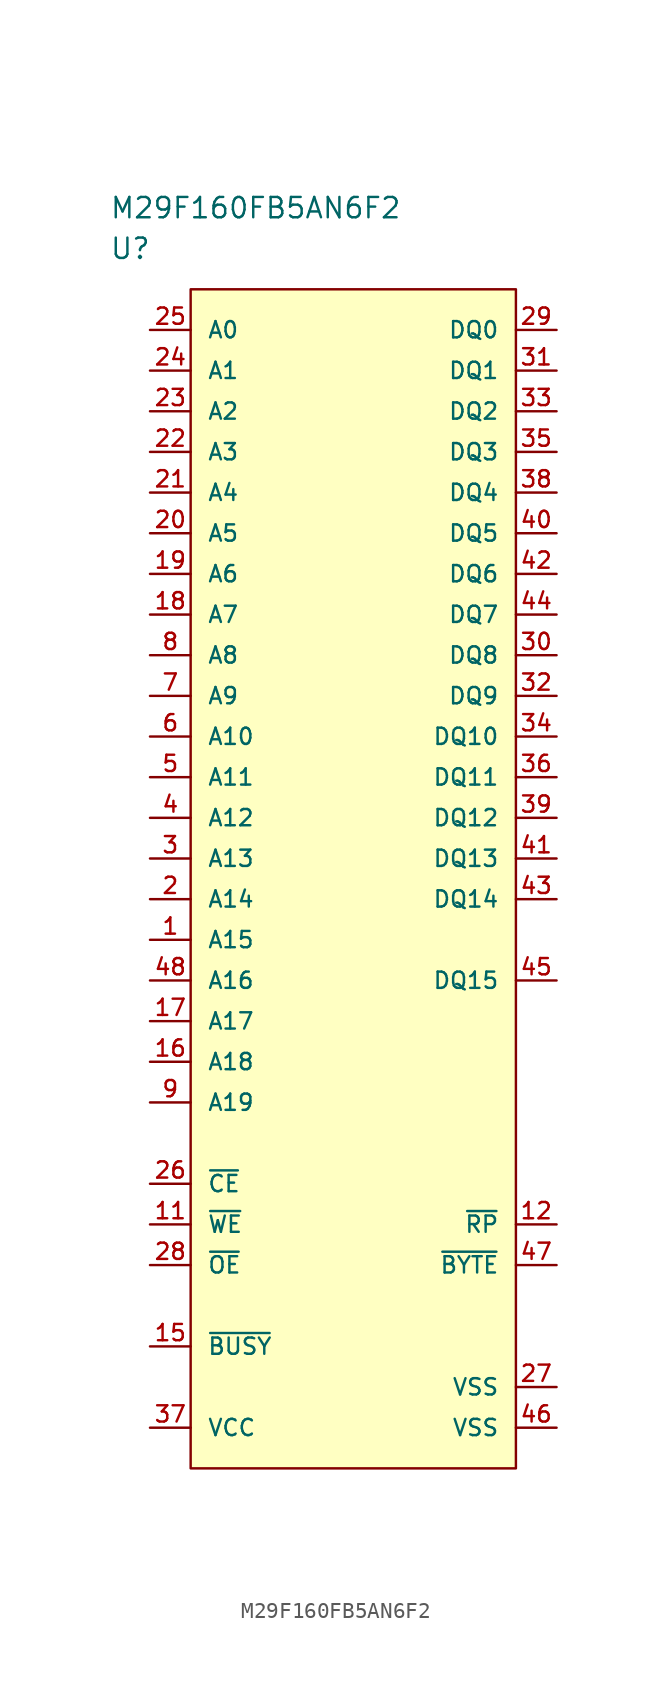
<source format=kicad_sym>
(kicad_symbol_lib
  (version 20220914)
  (generator kicad_symbol_editor)
  (symbol "M29F160FB5AN6F2"
    (pin_names
      (offset 1.016))
    (property "Reference" "U"
      (at 0 5.08 0)
      (effects (font (size 1.27 1.27)) (justify left)))
    (property "Value" "M29F160FB5AN6F2"
      (at 0 7.62 0)
      (effects (font (size 1.27 1.27)) (justify left)))
    (property "ki_locked" ""
      (at 0 0 0)
      (effects (font (size 1.27 1.27))))
    (symbol "M29F160FB5AN6F2_1_1"
      (rectangle (start 5.08 2.54) (end 25.4 -71.12) (stroke (width 0) (type solid)) (fill (type background)))
      (pin input line (at 2.54 -38.1 0) (length 2.54) (name "A15" (effects (font (size 1.016 1.016)))) (number "1" (effects (font (size 1.016 1.016)))))
      (pin no_connect line (at 27.94 -45.72 180) (length 2.54) hide (name "NC" (effects (font (size 1.016 1.016)))) (number "10" (effects (font (size 1.016 1.016)))))
      (pin input line (at 2.54 -55.88 0) (length 2.54) (name "~{WE}" (effects (font (size 1.016 1.016)))) (number "11" (effects (font (size 1.016 1.016)))))
      (pin input line (at 27.94 -55.88 180) (length 2.54) (name "~{RP}" (effects (font (size 1.016 1.016)))) (number "12" (effects (font (size 1.016 1.016)))))
      (pin no_connect line (at 27.94 -48.26 180) (length 2.54) hide (name "NC" (effects (font (size 1.016 1.016)))) (number "13" (effects (font (size 1.016 1.016)))))
      (pin no_connect line (at 27.94 -50.8 180) (length 2.54) hide (name "NC" (effects (font (size 1.016 1.016)))) (number "14" (effects (font (size 1.016 1.016)))))
      (pin passive line (at 2.54 -63.5 0) (length 2.54) (name "~{BUSY}" (effects (font (size 1.016 1.016)))) (number "15" (effects (font (size 1.016 1.016)))))
      (pin input line (at 2.54 -45.72 0) (length 2.54) (name "A18" (effects (font (size 1.016 1.016)))) (number "16" (effects (font (size 1.016 1.016)))))
      (pin input line (at 2.54 -43.18 0) (length 2.54) (name "A17" (effects (font (size 1.016 1.016)))) (number "17" (effects (font (size 1.016 1.016)))))
      (pin input line (at 2.54 -17.78 0) (length 2.54) (name "A7" (effects (font (size 1.016 1.016)))) (number "18" (effects (font (size 1.016 1.016)))))
      (pin input line (at 2.54 -15.24 0) (length 2.54) (name "A6" (effects (font (size 1.016 1.016)))) (number "19" (effects (font (size 1.016 1.016)))))
      (pin input line (at 2.54 -35.56 0) (length 2.54) (name "A14" (effects (font (size 1.016 1.016)))) (number "2" (effects (font (size 1.016 1.016)))))
      (pin input line (at 2.54 -12.7 0) (length 2.54) (name "A5" (effects (font (size 1.016 1.016)))) (number "20" (effects (font (size 1.016 1.016)))))
      (pin input line (at 2.54 -10.16 0) (length 2.54) (name "A4" (effects (font (size 1.016 1.016)))) (number "21" (effects (font (size 1.016 1.016)))))
      (pin input line (at 2.54 -7.62 0) (length 2.54) (name "A3" (effects (font (size 1.016 1.016)))) (number "22" (effects (font (size 1.016 1.016)))))
      (pin input line (at 2.54 -5.08 0) (length 2.54) (name "A2" (effects (font (size 1.016 1.016)))) (number "23" (effects (font (size 1.016 1.016)))))
      (pin input line (at 2.54 -2.54 0) (length 2.54) (name "A1" (effects (font (size 1.016 1.016)))) (number "24" (effects (font (size 1.016 1.016)))))
      (pin input line (at 2.54 0 0) (length 2.54) (name "A0" (effects (font (size 1.016 1.016)))) (number "25" (effects (font (size 1.016 1.016)))))
      (pin input line (at 2.54 -53.34 0) (length 2.54) (name "~{CE}" (effects (font (size 1.016 1.016)))) (number "26" (effects (font (size 1.016 1.016)))))
      (pin power_in line (at 27.94 -66.04 180) (length 2.54) (name "VSS" (effects (font (size 1.016 1.016)))) (number "27" (effects (font (size 1.016 1.016)))))
      (pin input line (at 2.54 -58.42 0) (length 2.54) (name "~{OE}" (effects (font (size 1.016 1.016)))) (number "28" (effects (font (size 1.016 1.016)))))
      (pin bidirectional line (at 27.94 0 180) (length 2.54) (name "DQ0" (effects (font (size 1.016 1.016)))) (number "29" (effects (font (size 1.016 1.016)))))
      (pin input line (at 2.54 -33.02 0) (length 2.54) (name "A13" (effects (font (size 1.016 1.016)))) (number "3" (effects (font (size 1.016 1.016)))))
      (pin bidirectional line (at 27.94 -20.32 180) (length 2.54) (name "DQ8" (effects (font (size 1.016 1.016)))) (number "30" (effects (font (size 1.016 1.016)))))
      (pin bidirectional line (at 27.94 -2.54 180) (length 2.54) (name "DQ1" (effects (font (size 1.016 1.016)))) (number "31" (effects (font (size 1.016 1.016)))))
      (pin bidirectional line (at 27.94 -22.86 180) (length 2.54) (name "DQ9" (effects (font (size 1.016 1.016)))) (number "32" (effects (font (size 1.016 1.016)))))
      (pin bidirectional line (at 27.94 -5.08 180) (length 2.54) (name "DQ2" (effects (font (size 1.016 1.016)))) (number "33" (effects (font (size 1.016 1.016)))))
      (pin bidirectional line (at 27.94 -25.4 180) (length 2.54) (name "DQ10" (effects (font (size 1.016 1.016)))) (number "34" (effects (font (size 1.016 1.016)))))
      (pin bidirectional line (at 27.94 -7.62 180) (length 2.54) (name "DQ3" (effects (font (size 1.016 1.016)))) (number "35" (effects (font (size 1.016 1.016)))))
      (pin bidirectional line (at 27.94 -27.94 180) (length 2.54) (name "DQ11" (effects (font (size 1.016 1.016)))) (number "36" (effects (font (size 1.016 1.016)))))
      (pin power_in line (at 2.54 -68.58 0) (length 2.54) (name "VCC" (effects (font (size 1.016 1.016)))) (number "37" (effects (font (size 1.016 1.016)))))
      (pin bidirectional line (at 27.94 -10.16 180) (length 2.54) (name "DQ4" (effects (font (size 1.016 1.016)))) (number "38" (effects (font (size 1.016 1.016)))))
      (pin bidirectional line (at 27.94 -30.48 180) (length 2.54) (name "DQ12" (effects (font (size 1.016 1.016)))) (number "39" (effects (font (size 1.016 1.016)))))
      (pin input line (at 2.54 -30.48 0) (length 2.54) (name "A12" (effects (font (size 1.016 1.016)))) (number "4" (effects (font (size 1.016 1.016)))))
      (pin bidirectional line (at 27.94 -12.7 180) (length 2.54) (name "DQ5" (effects (font (size 1.016 1.016)))) (number "40" (effects (font (size 1.016 1.016)))))
      (pin bidirectional line (at 27.94 -33.02 180) (length 2.54) (name "DQ13" (effects (font (size 1.016 1.016)))) (number "41" (effects (font (size 1.016 1.016)))))
      (pin bidirectional line (at 27.94 -15.24 180) (length 2.54) (name "DQ6" (effects (font (size 1.016 1.016)))) (number "42" (effects (font (size 1.016 1.016)))))
      (pin bidirectional line (at 27.94 -35.56 180) (length 2.54) (name "DQ14" (effects (font (size 1.016 1.016)))) (number "43" (effects (font (size 1.016 1.016)))))
      (pin bidirectional line (at 27.94 -17.78 180) (length 2.54) (name "DQ7" (effects (font (size 1.016 1.016)))) (number "44" (effects (font (size 1.016 1.016)))))
      (pin bidirectional line (at 27.94 -40.64 180) (length 2.54) (name "DQ15" (effects (font (size 1.016 1.016)))) (number "45" (effects (font (size 1.016 1.016)))))
      (pin power_in line (at 27.94 -68.58 180) (length 2.54) (name "VSS" (effects (font (size 1.016 1.016)))) (number "46" (effects (font (size 1.016 1.016)))))
      (pin input line (at 27.94 -58.42 180) (length 2.54) (name "~{BYTE}" (effects (font (size 1.016 1.016)))) (number "47" (effects (font (size 1.016 1.016)))))
      (pin input line (at 2.54 -40.64 0) (length 2.54) (name "A16" (effects (font (size 1.016 1.016)))) (number "48" (effects (font (size 1.016 1.016)))))
      (pin input line (at 2.54 -27.94 0) (length 2.54) (name "A11" (effects (font (size 1.016 1.016)))) (number "5" (effects (font (size 1.016 1.016)))))
      (pin input line (at 2.54 -25.4 0) (length 2.54) (name "A10" (effects (font (size 1.016 1.016)))) (number "6" (effects (font (size 1.016 1.016)))))
      (pin input line (at 2.54 -22.86 0) (length 2.54) (name "A9" (effects (font (size 1.016 1.016)))) (number "7" (effects (font (size 1.016 1.016)))))
      (pin input line (at 2.54 -20.32 0) (length 2.54) (name "A8" (effects (font (size 1.016 1.016)))) (number "8" (effects (font (size 1.016 1.016)))))
      (pin input line (at 2.54 -48.26 0) (length 2.54) (name "A19" (effects (font (size 1.016 1.016)))) (number "9" (effects (font (size 1.016 1.016))))))))
</source>
